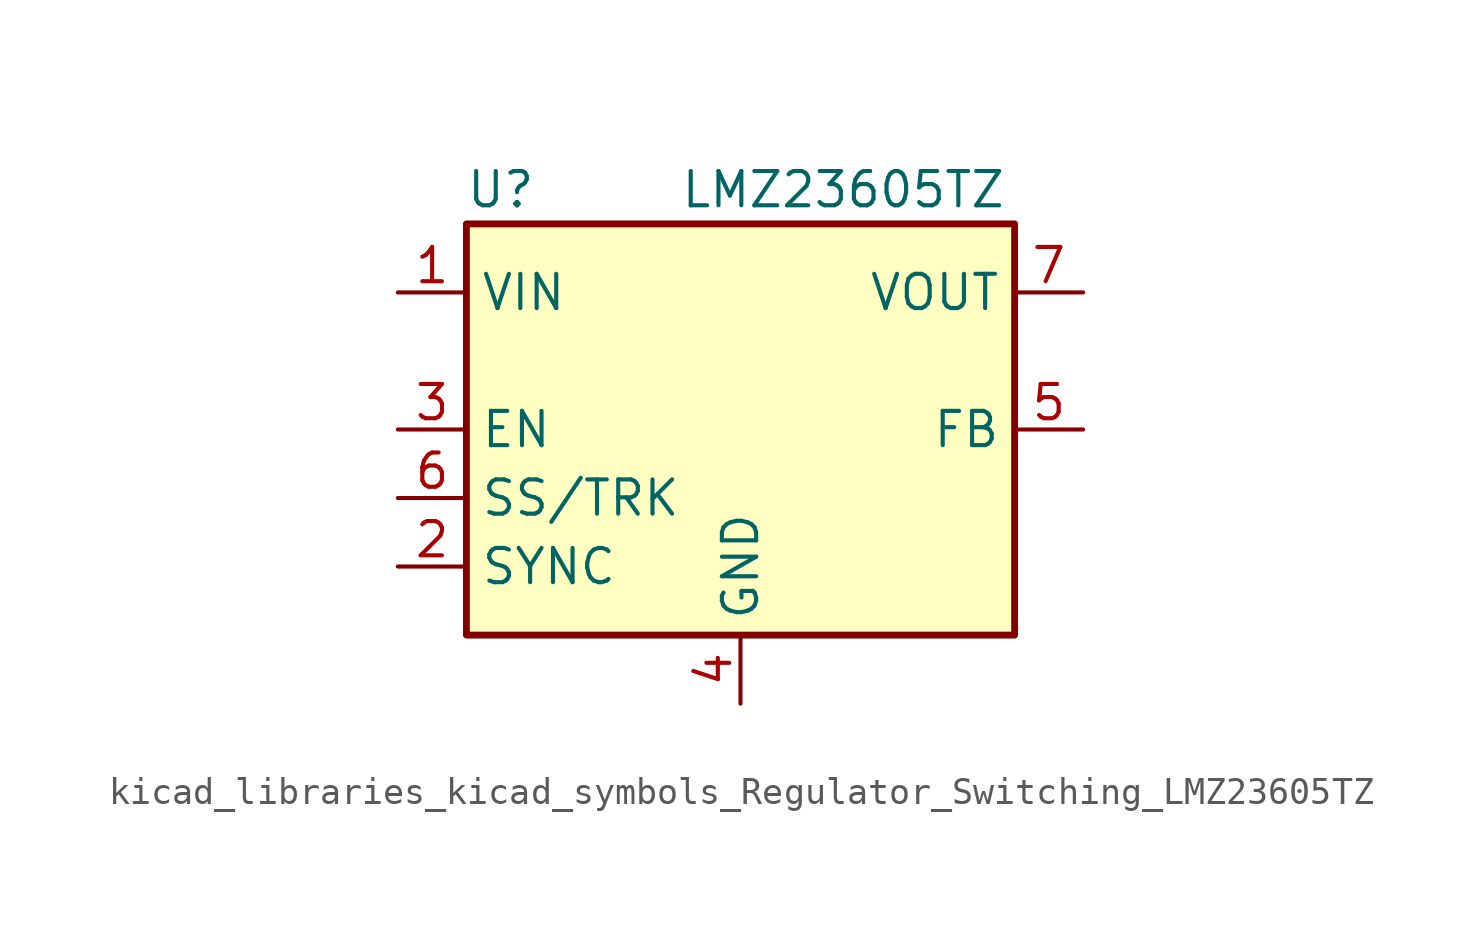
<source format=kicad_sym>
(kicad_symbol_lib
  (version 20220914)
  (generator kicad_symbol_editor)
  (symbol "kicad_libraries_kicad_symbols_Regulator_Switching_LMZ23605TZ"
    (property "Reference" "U"
      (at -8.89 8.89 0)
      (effects (font (size 1.27 1.27))))
    (property "Value" "LMZ23605TZ"
      (at 3.81 8.89 0)
      (effects (font (size 1.27 1.27))))
    (symbol "kicad_libraries_kicad_symbols_Regulator_Switching_LMZ23605TZ_0_1"
      (rectangle (start -10.16 7.62) (end 10.16 -7.62) (stroke (width 0.254) (type default)) (fill (type background))))
    (symbol "kicad_libraries_kicad_symbols_Regulator_Switching_LMZ23605TZ_1_1"
      (pin power_in line (at -12.7 5.08 0) (length 2.54) (name "VIN" (effects (font (size 1.27 1.27)))) (number "1" (effects (font (size 1.27 1.27)))))
      (pin input line (at -12.7 -5.08 0) (length 2.54) (name "SYNC" (effects (font (size 1.27 1.27)))) (number "2" (effects (font (size 1.27 1.27)))))
      (pin input line (at -12.7 0 0) (length 2.54) (name "EN" (effects (font (size 1.27 1.27)))) (number "3" (effects (font (size 1.27 1.27)))))
      (pin power_in line (at 0 -10.16 90) (length 2.54) (name "GND" (effects (font (size 1.27 1.27)))) (number "4" (effects (font (size 1.27 1.27)))))
      (pin input line (at 12.7 0 180) (length 2.54) (name "FB" (effects (font (size 1.27 1.27)))) (number "5" (effects (font (size 1.27 1.27)))))
      (pin passive line (at -12.7 -2.54 0) (length 2.54) (name "SS/TRK" (effects (font (size 1.27 1.27)))) (number "6" (effects (font (size 1.27 1.27)))))
      (pin power_out line (at 12.7 5.08 180) (length 2.54) (name "VOUT" (effects (font (size 1.27 1.27)))) (number "7" (effects (font (size 1.27 1.27))))))))
</source>
